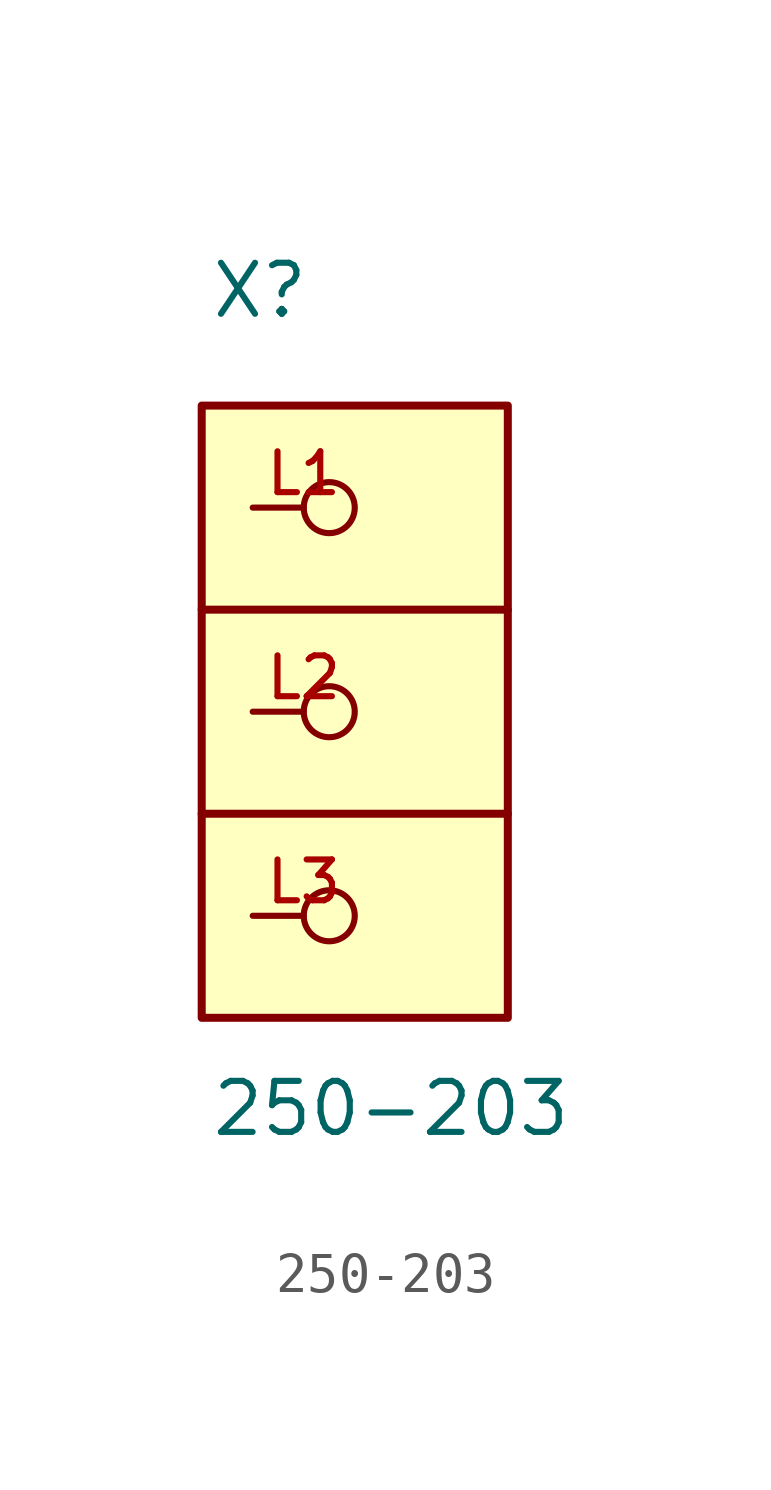
<source format=kicad_sym>
(kicad_symbol_lib
  (version 20211014)
  (generator kicad_symbol_editor)
  (symbol "250-203"
    (pin_names
      (offset 1.016))
    (property "Reference" "X"
      (at -3.611 9.742 0)
      (effects (font (size 1.27 1.27)) (justify bottom left)))
    (property "Value" "250-203"
      (at -3.611 -10.623 0)
      (effects (font (size 1.27 1.27)) (justify bottom left)))
    (symbol "250-203_0_0"
      (polyline (pts (xy -3.81 2.54) (xy 3.81 2.54)) (stroke (width 0.2)))
      (polyline (pts (xy 3.81 -2.54) (xy -3.81 -2.54)) (stroke (width 0.2)))
      (rectangle (start -3.81 -7.62) (end 3.81 7.62) (stroke (width 0.2)) (fill (type background)))
      (pin bidirectional inverted (at -2.54 -5.08 0) (length 2.54) (name "~" (effects (font (size 1.016 1.016)))) (number "L3" (effects (font (size 1.016 1.016)))))
      (pin bidirectional inverted (at -2.54 0.0 0) (length 2.54) (name "~" (effects (font (size 1.016 1.016)))) (number "L2" (effects (font (size 1.016 1.016)))))
      (pin bidirectional inverted (at -2.54 5.08 0) (length 2.54) (name "~" (effects (font (size 1.016 1.016)))) (number "L1" (effects (font (size 1.016 1.016))))))))
</source>
